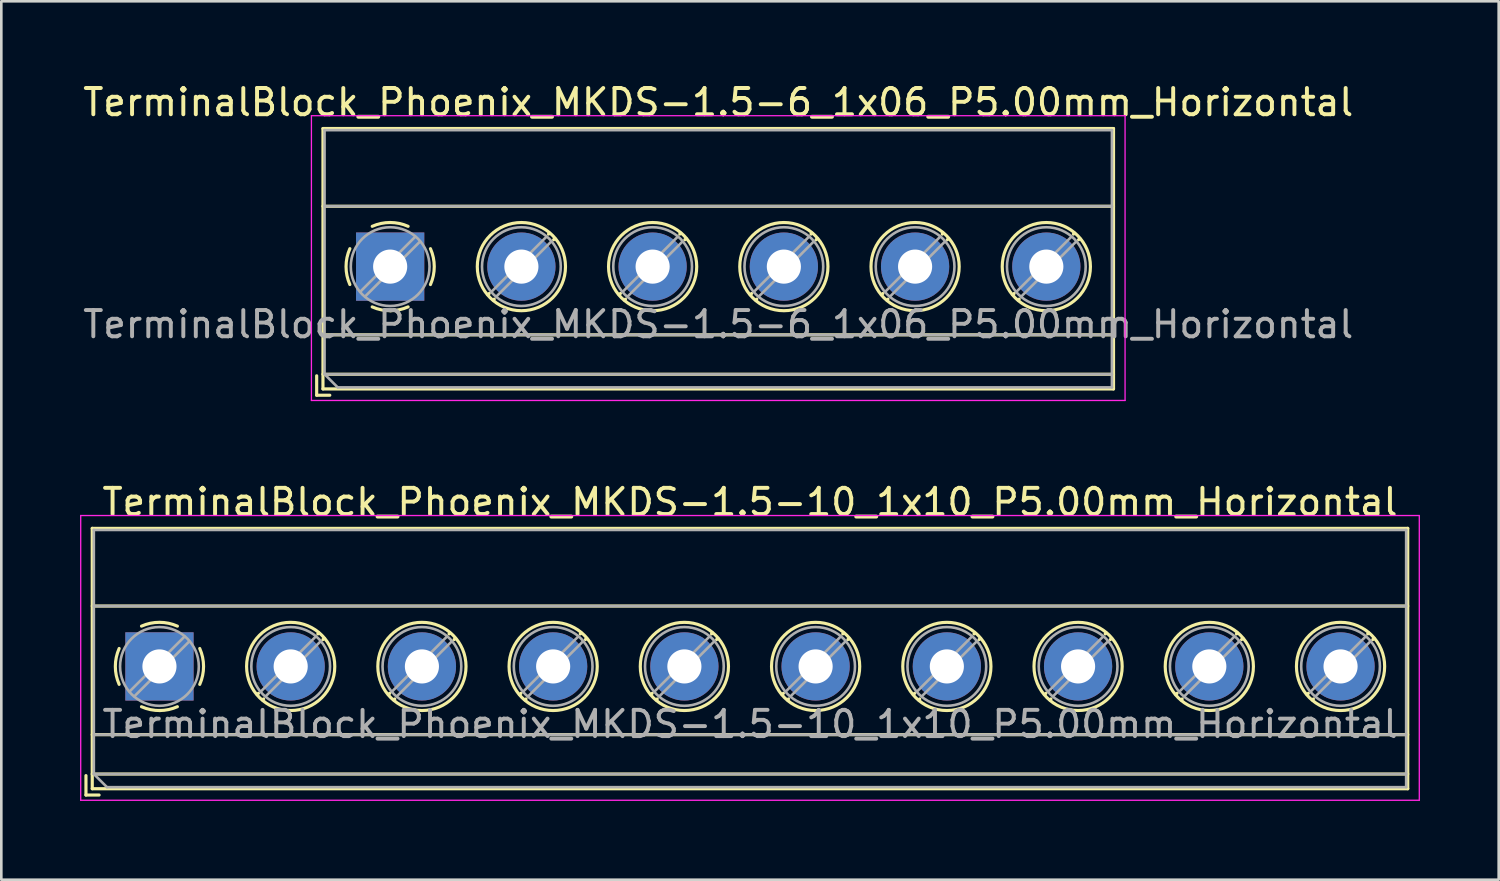
<source format=kicad_pcb>
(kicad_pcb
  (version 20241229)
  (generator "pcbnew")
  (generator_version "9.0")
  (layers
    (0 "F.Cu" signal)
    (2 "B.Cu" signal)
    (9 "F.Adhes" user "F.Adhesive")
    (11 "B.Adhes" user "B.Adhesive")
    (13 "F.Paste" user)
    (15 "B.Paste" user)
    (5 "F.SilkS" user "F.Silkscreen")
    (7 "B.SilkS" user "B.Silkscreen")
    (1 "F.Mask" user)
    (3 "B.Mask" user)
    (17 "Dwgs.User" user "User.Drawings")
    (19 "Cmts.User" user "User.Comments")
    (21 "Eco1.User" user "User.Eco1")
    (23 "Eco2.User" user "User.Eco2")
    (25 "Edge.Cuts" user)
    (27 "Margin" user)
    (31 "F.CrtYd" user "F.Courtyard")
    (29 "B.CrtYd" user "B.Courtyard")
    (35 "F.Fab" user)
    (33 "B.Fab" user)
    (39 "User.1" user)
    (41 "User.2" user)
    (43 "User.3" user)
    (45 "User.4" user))
  (footprint "TerminalBlock_Phoenix_MKDS-1.5-6_1x06_P5.00mm_Horizontal"
    (layer "F.Cu")
    (at 11.815 7.108)
    (property "Reference" "TerminalBlock_Phoenix_MKDS-1.5-6_1x06_P5.00mm_Horizontal" (at 12.5 -6.26 0) (layer "F.SilkS") (effects (font (size 1 1) (thickness 0.15))))
    (attr through_hole)
    (fp_line (start -2.8 4.16) (end -2.8 4.9) (stroke (width 0.12) (type solid)) (layer "F.SilkS"))
    (fp_line (start -2.8 4.9) (end -2.3 4.9) (stroke (width 0.12) (type solid)) (layer "F.SilkS"))
    (fp_line (start -2.56 -5.261) (end -2.56 4.66) (stroke (width 0.12) (type solid)) (layer "F.SilkS"))
    (fp_line (start -2.56 -5.261) (end 27.56 -5.261) (stroke (width 0.12) (type solid)) (layer "F.SilkS"))
    (fp_line (start -2.56 -2.301) (end 27.56 -2.301) (stroke (width 0.12) (type solid)) (layer "F.SilkS"))
    (fp_line (start -2.56 2.6) (end 27.56 2.6) (stroke (width 0.12) (type solid)) (layer "F.SilkS"))
    (fp_line (start -2.56 4.1) (end 27.56 4.1) (stroke (width 0.12) (type solid)) (layer "F.SilkS"))
    (fp_line (start -2.56 4.66) (end 27.56 4.66) (stroke (width 0.12) (type solid)) (layer "F.SilkS"))
    (fp_line (start 3.773 1.023) (end 3.726 1.069) (stroke (width 0.12) (type solid)) (layer "F.SilkS"))
    (fp_line (start 3.966 1.239) (end 3.931 1.274) (stroke (width 0.12) (type solid)) (layer "F.SilkS"))
    (fp_line (start 6.07 -1.275) (end 6.035 -1.239) (stroke (width 0.12) (type solid)) (layer "F.SilkS"))
    (fp_line (start 6.275 -1.069) (end 6.228 -1.023) (stroke (width 0.12) (type solid)) (layer "F.SilkS"))
    (fp_line (start 8.773 1.023) (end 8.726 1.069) (stroke (width 0.12) (type solid)) (layer "F.SilkS"))
    (fp_line (start 8.966 1.239) (end 8.931 1.274) (stroke (width 0.12) (type solid)) (layer "F.SilkS"))
    (fp_line (start 11.07 -1.275) (end 11.035 -1.239) (stroke (width 0.12) (type solid)) (layer "F.SilkS"))
    (fp_line (start 11.275 -1.069) (end 11.228 -1.023) (stroke (width 0.12) (type solid)) (layer "F.SilkS"))
    (fp_line (start 13.773 1.023) (end 13.726 1.069) (stroke (width 0.12) (type solid)) (layer "F.SilkS"))
    (fp_line (start 13.966 1.239) (end 13.931 1.274) (stroke (width 0.12) (type solid)) (layer "F.SilkS"))
    (fp_line (start 16.07 -1.275) (end 16.035 -1.239) (stroke (width 0.12) (type solid)) (layer "F.SilkS"))
    (fp_line (start 16.275 -1.069) (end 16.228 -1.023) (stroke (width 0.12) (type solid)) (layer "F.SilkS"))
    (fp_line (start 18.773 1.023) (end 18.726 1.069) (stroke (width 0.12) (type solid)) (layer "F.SilkS"))
    (fp_line (start 18.966 1.239) (end 18.931 1.274) (stroke (width 0.12) (type solid)) (layer "F.SilkS"))
    (fp_line (start 21.07 -1.275) (end 21.035 -1.239) (stroke (width 0.12) (type solid)) (layer "F.SilkS"))
    (fp_line (start 21.275 -1.069) (end 21.228 -1.023) (stroke (width 0.12) (type solid)) (layer "F.SilkS"))
    (fp_line (start 23.773 1.023) (end 23.726 1.069) (stroke (width 0.12) (type solid)) (layer "F.SilkS"))
    (fp_line (start 23.966 1.239) (end 23.931 1.274) (stroke (width 0.12) (type solid)) (layer "F.SilkS"))
    (fp_line (start 26.07 -1.275) (end 26.035 -1.239) (stroke (width 0.12) (type solid)) (layer "F.SilkS"))
    (fp_line (start 26.275 -1.069) (end 26.228 -1.023) (stroke (width 0.12) (type solid)) (layer "F.SilkS"))
    (fp_line (start 27.56 -5.261) (end 27.56 4.66) (stroke (width 0.12) (type solid)) (layer "F.SilkS"))
    (fp_arc (start -1.535427 0.683042) (mid -1.680501 -0.000524) (end -1.535 -0.684) (stroke (width 0.12) (type solid)) (layer "F.SilkS"))
    (fp_arc (start -0.683042 -1.535427) (mid 0.000524 -1.680501) (end 0.684 -1.535) (stroke (width 0.12) (type solid)) (layer "F.SilkS"))
    (fp_arc (start 0.028805 1.680253) (mid -0.335551 1.646659) (end -0.684 1.535) (stroke (width 0.12) (type solid)) (layer "F.SilkS"))
    (fp_arc (start 0.683318 1.534756) (mid 0.349292 1.643288) (end 0 1.68) (stroke (width 0.12) (type solid)) (layer "F.SilkS"))
    (fp_arc (start 1.535427 -0.683042) (mid 1.680501 0.000524) (end 1.535 0.684) (stroke (width 0.12) (type solid)) (layer "F.SilkS"))
    (fp_circle (center 5 0) (end 6.68 0) (stroke (width 0.12) (type solid)) (fill no) (layer "F.SilkS"))
    (fp_circle (center 10 0) (end 11.68 0) (stroke (width 0.12) (type solid)) (fill no) (layer "F.SilkS"))
    (fp_circle (center 15 0) (end 16.68 0) (stroke (width 0.12) (type solid)) (fill no) (layer "F.SilkS"))
    (fp_circle (center 20 0) (end 21.68 0) (stroke (width 0.12) (type solid)) (fill no) (layer "F.SilkS"))
    (fp_circle (center 25 0) (end 26.68 0) (stroke (width 0.12) (type solid)) (fill no) (layer "F.SilkS"))
    (fp_line (start -3 -5.75) (end -3 5.1) (stroke (width 0.05) (type solid)) (layer "F.CrtYd"))
    (fp_line (start -3 5.1) (end 28 5.1) (stroke (width 0.05) (type solid)) (layer "F.CrtYd"))
    (fp_line (start 28 -5.75) (end -3 -5.75) (stroke (width 0.05) (type solid)) (layer "F.CrtYd"))
    (fp_line (start 28 5.1) (end 28 -5.75) (stroke (width 0.05) (type solid)) (layer "F.CrtYd"))
    (fp_line (start -2.5 -5.2) (end 27.5 -5.2) (stroke (width 0.1) (type solid)) (layer "F.Fab"))
    (fp_line (start -2.5 -2.3) (end 27.5 -2.3) (stroke (width 0.1) (type solid)) (layer "F.Fab"))
    (fp_line (start -2.5 2.6) (end 27.5 2.6) (stroke (width 0.1) (type solid)) (layer "F.Fab"))
    (fp_line (start -2.5 4.1) (end -2.5 -5.2) (stroke (width 0.1) (type solid)) (layer "F.Fab"))
    (fp_line (start -2.5 4.1) (end 27.5 4.1) (stroke (width 0.1) (type solid)) (layer "F.Fab"))
    (fp_line (start -2 4.6) (end -2.5 4.1) (stroke (width 0.1) (type solid)) (layer "F.Fab"))
    (fp_line (start 0.955 -1.138) (end -1.138 0.955) (stroke (width 0.1) (type solid)) (layer "F.Fab"))
    (fp_line (start 1.138 -0.955) (end -0.955 1.138) (stroke (width 0.1) (type solid)) (layer "F.Fab"))
    (fp_line (start 5.955 -1.138) (end 3.863 0.955) (stroke (width 0.1) (type solid)) (layer "F.Fab"))
    (fp_line (start 6.138 -0.955) (end 4.046 1.138) (stroke (width 0.1) (type solid)) (layer "F.Fab"))
    (fp_line (start 10.955 -1.138) (end 8.863 0.955) (stroke (width 0.1) (type solid)) (layer "F.Fab"))
    (fp_line (start 11.138 -0.955) (end 9.046 1.138) (stroke (width 0.1) (type solid)) (layer "F.Fab"))
    (fp_line (start 15.955 -1.138) (end 13.863 0.955) (stroke (width 0.1) (type solid)) (layer "F.Fab"))
    (fp_line (start 16.138 -0.955) (end 14.046 1.138) (stroke (width 0.1) (type solid)) (layer "F.Fab"))
    (fp_line (start 20.955 -1.138) (end 18.863 0.955) (stroke (width 0.1) (type solid)) (layer "F.Fab"))
    (fp_line (start 21.138 -0.955) (end 19.046 1.138) (stroke (width 0.1) (type solid)) (layer "F.Fab"))
    (fp_line (start 25.955 -1.138) (end 23.863 0.955) (stroke (width 0.1) (type solid)) (layer "F.Fab"))
    (fp_line (start 26.138 -0.955) (end 24.046 1.138) (stroke (width 0.1) (type solid)) (layer "F.Fab"))
    (fp_line (start 27.5 -5.2) (end 27.5 4.6) (stroke (width 0.1) (type solid)) (layer "F.Fab"))
    (fp_line (start 27.5 4.6) (end -2 4.6) (stroke (width 0.1) (type solid)) (layer "F.Fab"))
    (fp_circle (center 0 0) (end 1.5 0) (stroke (width 0.1) (type solid)) (fill no) (layer "F.Fab"))
    (fp_circle (center 5 0) (end 6.5 0) (stroke (width 0.1) (type solid)) (fill no) (layer "F.Fab"))
    (fp_circle (center 10 0) (end 11.5 0) (stroke (width 0.1) (type solid)) (fill no) (layer "F.Fab"))
    (fp_circle (center 15 0) (end 16.5 0) (stroke (width 0.1) (type solid)) (fill no) (layer "F.Fab"))
    (fp_circle (center 20 0) (end 21.5 0) (stroke (width 0.1) (type solid)) (fill no) (layer "F.Fab"))
    (fp_circle (center 25 0) (end 26.5 0) (stroke (width 0.1) (type solid)) (fill no) (layer "F.Fab"))
    (fp_text user "${REFERENCE}" (at 12.5 2.2 0) (layer "F.Fab") (effects (font (size 1 1) (thickness 0.15))))
    (pad "1" thru_hole rect (at 0 0) (size 2.6 2.6) (drill 1.3) (layers "*.Cu" "*.Mask"))
    (pad "2" thru_hole circle (at 5 0) (size 2.6 2.6) (drill 1.3) (layers "*.Cu" "*.Mask"))
    (pad "3" thru_hole circle (at 10 0) (size 2.6 2.6) (drill 1.3) (layers "*.Cu" "*.Mask"))
    (pad "4" thru_hole circle (at 15 0) (size 2.6 2.6) (drill 1.3) (layers "*.Cu" "*.Mask"))
    (pad "5" thru_hole circle (at 20 0) (size 2.6 2.6) (drill 1.3) (layers "*.Cu" "*.Mask"))
    (pad "6" thru_hole circle (at 25 0) (size 2.6 2.6) (drill 1.3) (layers "*.Cu" "*.Mask")))
  (footprint "TerminalBlock_Phoenix_MKDS-1.5-10_1x10_P5.00mm_Horizontal"
    (layer "F.Cu")
    (at 3.025 22.341)
    (property "Reference" "TerminalBlock_Phoenix_MKDS-1.5-10_1x10_P5.00mm_Horizontal" (at 22.5 -6.26 0) (layer "F.SilkS") (effects (font (size 1 1) (thickness 0.15))))
    (attr through_hole)
    (fp_line (start -2.8 4.16) (end -2.8 4.9) (stroke (width 0.12) (type solid)) (layer "F.SilkS"))
    (fp_line (start -2.8 4.9) (end -2.3 4.9) (stroke (width 0.12) (type solid)) (layer "F.SilkS"))
    (fp_line (start -2.56 -5.261) (end -2.56 4.66) (stroke (width 0.12) (type solid)) (layer "F.SilkS"))
    (fp_line (start -2.56 -5.261) (end 47.56 -5.261) (stroke (width 0.12) (type solid)) (layer "F.SilkS"))
    (fp_line (start -2.56 -2.301) (end 47.56 -2.301) (stroke (width 0.12) (type solid)) (layer "F.SilkS"))
    (fp_line (start -2.56 2.6) (end 47.56 2.6) (stroke (width 0.12) (type solid)) (layer "F.SilkS"))
    (fp_line (start -2.56 4.1) (end 47.56 4.1) (stroke (width 0.12) (type solid)) (layer "F.SilkS"))
    (fp_line (start -2.56 4.66) (end 47.56 4.66) (stroke (width 0.12) (type solid)) (layer "F.SilkS"))
    (fp_line (start 3.773 1.023) (end 3.726 1.069) (stroke (width 0.12) (type solid)) (layer "F.SilkS"))
    (fp_line (start 3.966 1.239) (end 3.931 1.274) (stroke (width 0.12) (type solid)) (layer "F.SilkS"))
    (fp_line (start 6.07 -1.275) (end 6.035 -1.239) (stroke (width 0.12) (type solid)) (layer "F.SilkS"))
    (fp_line (start 6.275 -1.069) (end 6.228 -1.023) (stroke (width 0.12) (type solid)) (layer "F.SilkS"))
    (fp_line (start 8.773 1.023) (end 8.726 1.069) (stroke (width 0.12) (type solid)) (layer "F.SilkS"))
    (fp_line (start 8.966 1.239) (end 8.931 1.274) (stroke (width 0.12) (type solid)) (layer "F.SilkS"))
    (fp_line (start 11.07 -1.275) (end 11.035 -1.239) (stroke (width 0.12) (type solid)) (layer "F.SilkS"))
    (fp_line (start 11.275 -1.069) (end 11.228 -1.023) (stroke (width 0.12) (type solid)) (layer "F.SilkS"))
    (fp_line (start 13.773 1.023) (end 13.726 1.069) (stroke (width 0.12) (type solid)) (layer "F.SilkS"))
    (fp_line (start 13.966 1.239) (end 13.931 1.274) (stroke (width 0.12) (type solid)) (layer "F.SilkS"))
    (fp_line (start 16.07 -1.275) (end 16.035 -1.239) (stroke (width 0.12) (type solid)) (layer "F.SilkS"))
    (fp_line (start 16.275 -1.069) (end 16.228 -1.023) (stroke (width 0.12) (type solid)) (layer "F.SilkS"))
    (fp_line (start 18.773 1.023) (end 18.726 1.069) (stroke (width 0.12) (type solid)) (layer "F.SilkS"))
    (fp_line (start 18.966 1.239) (end 18.931 1.274) (stroke (width 0.12) (type solid)) (layer "F.SilkS"))
    (fp_line (start 21.07 -1.275) (end 21.035 -1.239) (stroke (width 0.12) (type solid)) (layer "F.SilkS"))
    (fp_line (start 21.275 -1.069) (end 21.228 -1.023) (stroke (width 0.12) (type solid)) (layer "F.SilkS"))
    (fp_line (start 23.773 1.023) (end 23.726 1.069) (stroke (width 0.12) (type solid)) (layer "F.SilkS"))
    (fp_line (start 23.966 1.239) (end 23.931 1.274) (stroke (width 0.12) (type solid)) (layer "F.SilkS"))
    (fp_line (start 26.07 -1.275) (end 26.035 -1.239) (stroke (width 0.12) (type solid)) (layer "F.SilkS"))
    (fp_line (start 26.275 -1.069) (end 26.228 -1.023) (stroke (width 0.12) (type solid)) (layer "F.SilkS"))
    (fp_line (start 28.773 1.023) (end 28.726 1.069) (stroke (width 0.12) (type solid)) (layer "F.SilkS"))
    (fp_line (start 28.966 1.239) (end 28.931 1.274) (stroke (width 0.12) (type solid)) (layer "F.SilkS"))
    (fp_line (start 31.07 -1.275) (end 31.035 -1.239) (stroke (width 0.12) (type solid)) (layer "F.SilkS"))
    (fp_line (start 31.275 -1.069) (end 31.228 -1.023) (stroke (width 0.12) (type solid)) (layer "F.SilkS"))
    (fp_line (start 33.773 1.023) (end 33.726 1.069) (stroke (width 0.12) (type solid)) (layer "F.SilkS"))
    (fp_line (start 33.966 1.239) (end 33.931 1.274) (stroke (width 0.12) (type solid)) (layer "F.SilkS"))
    (fp_line (start 36.07 -1.275) (end 36.035 -1.239) (stroke (width 0.12) (type solid)) (layer "F.SilkS"))
    (fp_line (start 36.275 -1.069) (end 36.228 -1.023) (stroke (width 0.12) (type solid)) (layer "F.SilkS"))
    (fp_line (start 38.773 1.023) (end 38.726 1.069) (stroke (width 0.12) (type solid)) (layer "F.SilkS"))
    (fp_line (start 38.966 1.239) (end 38.931 1.274) (stroke (width 0.12) (type solid)) (layer "F.SilkS"))
    (fp_line (start 41.07 -1.275) (end 41.035 -1.239) (stroke (width 0.12) (type solid)) (layer "F.SilkS"))
    (fp_line (start 41.275 -1.069) (end 41.228 -1.023) (stroke (width 0.12) (type solid)) (layer "F.SilkS"))
    (fp_line (start 43.773 1.023) (end 43.726 1.069) (stroke (width 0.12) (type solid)) (layer "F.SilkS"))
    (fp_line (start 43.966 1.239) (end 43.931 1.274) (stroke (width 0.12) (type solid)) (layer "F.SilkS"))
    (fp_line (start 46.07 -1.275) (end 46.035 -1.239) (stroke (width 0.12) (type solid)) (layer "F.SilkS"))
    (fp_line (start 46.275 -1.069) (end 46.228 -1.023) (stroke (width 0.12) (type solid)) (layer "F.SilkS"))
    (fp_line (start 47.56 -5.261) (end 47.56 4.66) (stroke (width 0.12) (type solid)) (layer "F.SilkS"))
    (fp_arc (start -1.535427 0.683042) (mid -1.680501 -0.000524) (end -1.535 -0.684) (stroke (width 0.12) (type solid)) (layer "F.SilkS"))
    (fp_arc (start -0.683042 -1.535427) (mid 0.000524 -1.680501) (end 0.684 -1.535) (stroke (width 0.12) (type solid)) (layer "F.SilkS"))
    (fp_arc (start 0.028805 1.680253) (mid -0.335551 1.646659) (end -0.684 1.535) (stroke (width 0.12) (type solid)) (layer "F.SilkS"))
    (fp_arc (start 0.683318 1.534756) (mid 0.349292 1.643288) (end 0 1.68) (stroke (width 0.12) (type solid)) (layer "F.SilkS"))
    (fp_arc (start 1.535427 -0.683042) (mid 1.680501 0.000524) (end 1.535 0.684) (stroke (width 0.12) (type solid)) (layer "F.SilkS"))
    (fp_circle (center 5 0) (end 6.68 0) (stroke (width 0.12) (type solid)) (fill no) (layer "F.SilkS"))
    (fp_circle (center 10 0) (end 11.68 0) (stroke (width 0.12) (type solid)) (fill no) (layer "F.SilkS"))
    (fp_circle (center 15 0) (end 16.68 0) (stroke (width 0.12) (type solid)) (fill no) (layer "F.SilkS"))
    (fp_circle (center 20 0) (end 21.68 0) (stroke (width 0.12) (type solid)) (fill no) (layer "F.SilkS"))
    (fp_circle (center 25 0) (end 26.68 0) (stroke (width 0.12) (type solid)) (fill no) (layer "F.SilkS"))
    (fp_circle (center 30 0) (end 31.68 0) (stroke (width 0.12) (type solid)) (fill no) (layer "F.SilkS"))
    (fp_circle (center 35 0) (end 36.68 0) (stroke (width 0.12) (type solid)) (fill no) (layer "F.SilkS"))
    (fp_circle (center 40 0) (end 41.68 0) (stroke (width 0.12) (type solid)) (fill no) (layer "F.SilkS"))
    (fp_circle (center 45 0) (end 46.68 0) (stroke (width 0.12) (type solid)) (fill no) (layer "F.SilkS"))
    (fp_line (start -3 -5.75) (end -3 5.1) (stroke (width 0.05) (type solid)) (layer "F.CrtYd"))
    (fp_line (start -3 5.1) (end 48 5.1) (stroke (width 0.05) (type solid)) (layer "F.CrtYd"))
    (fp_line (start 48 -5.75) (end -3 -5.75) (stroke (width 0.05) (type solid)) (layer "F.CrtYd"))
    (fp_line (start 48 5.1) (end 48 -5.75) (stroke (width 0.05) (type solid)) (layer "F.CrtYd"))
    (fp_line (start -2.5 -5.2) (end 47.5 -5.2) (stroke (width 0.1) (type solid)) (layer "F.Fab"))
    (fp_line (start -2.5 -2.3) (end 47.5 -2.3) (stroke (width 0.1) (type solid)) (layer "F.Fab"))
    (fp_line (start -2.5 2.6) (end 47.5 2.6) (stroke (width 0.1) (type solid)) (layer "F.Fab"))
    (fp_line (start -2.5 4.1) (end -2.5 -5.2) (stroke (width 0.1) (type solid)) (layer "F.Fab"))
    (fp_line (start -2.5 4.1) (end 47.5 4.1) (stroke (width 0.1) (type solid)) (layer "F.Fab"))
    (fp_line (start -2 4.6) (end -2.5 4.1) (stroke (width 0.1) (type solid)) (layer "F.Fab"))
    (fp_line (start 0.955 -1.138) (end -1.138 0.955) (stroke (width 0.1) (type solid)) (layer "F.Fab"))
    (fp_line (start 1.138 -0.955) (end -0.955 1.138) (stroke (width 0.1) (type solid)) (layer "F.Fab"))
    (fp_line (start 5.955 -1.138) (end 3.863 0.955) (stroke (width 0.1) (type solid)) (layer "F.Fab"))
    (fp_line (start 6.138 -0.955) (end 4.046 1.138) (stroke (width 0.1) (type solid)) (layer "F.Fab"))
    (fp_line (start 10.955 -1.138) (end 8.863 0.955) (stroke (width 0.1) (type solid)) (layer "F.Fab"))
    (fp_line (start 11.138 -0.955) (end 9.046 1.138) (stroke (width 0.1) (type solid)) (layer "F.Fab"))
    (fp_line (start 15.955 -1.138) (end 13.863 0.955) (stroke (width 0.1) (type solid)) (layer "F.Fab"))
    (fp_line (start 16.138 -0.955) (end 14.046 1.138) (stroke (width 0.1) (type solid)) (layer "F.Fab"))
    (fp_line (start 20.955 -1.138) (end 18.863 0.955) (stroke (width 0.1) (type solid)) (layer "F.Fab"))
    (fp_line (start 21.138 -0.955) (end 19.046 1.138) (stroke (width 0.1) (type solid)) (layer "F.Fab"))
    (fp_line (start 25.955 -1.138) (end 23.863 0.955) (stroke (width 0.1) (type solid)) (layer "F.Fab"))
    (fp_line (start 26.138 -0.955) (end 24.046 1.138) (stroke (width 0.1) (type solid)) (layer "F.Fab"))
    (fp_line (start 30.955 -1.138) (end 28.863 0.955) (stroke (width 0.1) (type solid)) (layer "F.Fab"))
    (fp_line (start 31.138 -0.955) (end 29.046 1.138) (stroke (width 0.1) (type solid)) (layer "F.Fab"))
    (fp_line (start 35.955 -1.138) (end 33.863 0.955) (stroke (width 0.1) (type solid)) (layer "F.Fab"))
    (fp_line (start 36.138 -0.955) (end 34.046 1.138) (stroke (width 0.1) (type solid)) (layer "F.Fab"))
    (fp_line (start 40.955 -1.138) (end 38.863 0.955) (stroke (width 0.1) (type solid)) (layer "F.Fab"))
    (fp_line (start 41.138 -0.955) (end 39.046 1.138) (stroke (width 0.1) (type solid)) (layer "F.Fab"))
    (fp_line (start 45.955 -1.138) (end 43.863 0.955) (stroke (width 0.1) (type solid)) (layer "F.Fab"))
    (fp_line (start 46.138 -0.955) (end 44.046 1.138) (stroke (width 0.1) (type solid)) (layer "F.Fab"))
    (fp_line (start 47.5 -5.2) (end 47.5 4.6) (stroke (width 0.1) (type solid)) (layer "F.Fab"))
    (fp_line (start 47.5 4.6) (end -2 4.6) (stroke (width 0.1) (type solid)) (layer "F.Fab"))
    (fp_circle (center 0 0) (end 1.5 0) (stroke (width 0.1) (type solid)) (fill no) (layer "F.Fab"))
    (fp_circle (center 5 0) (end 6.5 0) (stroke (width 0.1) (type solid)) (fill no) (layer "F.Fab"))
    (fp_circle (center 10 0) (end 11.5 0) (stroke (width 0.1) (type solid)) (fill no) (layer "F.Fab"))
    (fp_circle (center 15 0) (end 16.5 0) (stroke (width 0.1) (type solid)) (fill no) (layer "F.Fab"))
    (fp_circle (center 20 0) (end 21.5 0) (stroke (width 0.1) (type solid)) (fill no) (layer "F.Fab"))
    (fp_circle (center 25 0) (end 26.5 0) (stroke (width 0.1) (type solid)) (fill no) (layer "F.Fab"))
    (fp_circle (center 30 0) (end 31.5 0) (stroke (width 0.1) (type solid)) (fill no) (layer "F.Fab"))
    (fp_circle (center 35 0) (end 36.5 0) (stroke (width 0.1) (type solid)) (fill no) (layer "F.Fab"))
    (fp_circle (center 40 0) (end 41.5 0) (stroke (width 0.1) (type solid)) (fill no) (layer "F.Fab"))
    (fp_circle (center 45 0) (end 46.5 0) (stroke (width 0.1) (type solid)) (fill no) (layer "F.Fab"))
    (fp_text user "${REFERENCE}" (at 22.5 2.2 0) (layer "F.Fab") (effects (font (size 1 1) (thickness 0.15))))
    (pad "1" thru_hole rect (at 0 0) (size 2.6 2.6) (drill 1.3) (layers "*.Cu" "*.Mask"))
    (pad "2" thru_hole circle (at 5 0) (size 2.6 2.6) (drill 1.3) (layers "*.Cu" "*.Mask"))
    (pad "3" thru_hole circle (at 10 0) (size 2.6 2.6) (drill 1.3) (layers "*.Cu" "*.Mask"))
    (pad "4" thru_hole circle (at 15 0) (size 2.6 2.6) (drill 1.3) (layers "*.Cu" "*.Mask"))
    (pad "5" thru_hole circle (at 20 0) (size 2.6 2.6) (drill 1.3) (layers "*.Cu" "*.Mask"))
    (pad "6" thru_hole circle (at 25 0) (size 2.6 2.6) (drill 1.3) (layers "*.Cu" "*.Mask"))
    (pad "7" thru_hole circle (at 30 0) (size 2.6 2.6) (drill 1.3) (layers "*.Cu" "*.Mask"))
    (pad "8" thru_hole circle (at 35 0) (size 2.6 2.6) (drill 1.3) (layers "*.Cu" "*.Mask"))
    (pad "9" thru_hole circle (at 40 0) (size 2.6 2.6) (drill 1.3) (layers "*.Cu" "*.Mask"))
    (pad "10" thru_hole circle (at 45 0) (size 2.6 2.6) (drill 1.3) (layers "*.Cu" "*.Mask")))
  (gr_rect
    (start -3 -3)
    (end 54.05 30.466)
    (stroke (width 0.1) (type default))
    (fill no)
    (layer "Edge.Cuts")))
</source>
